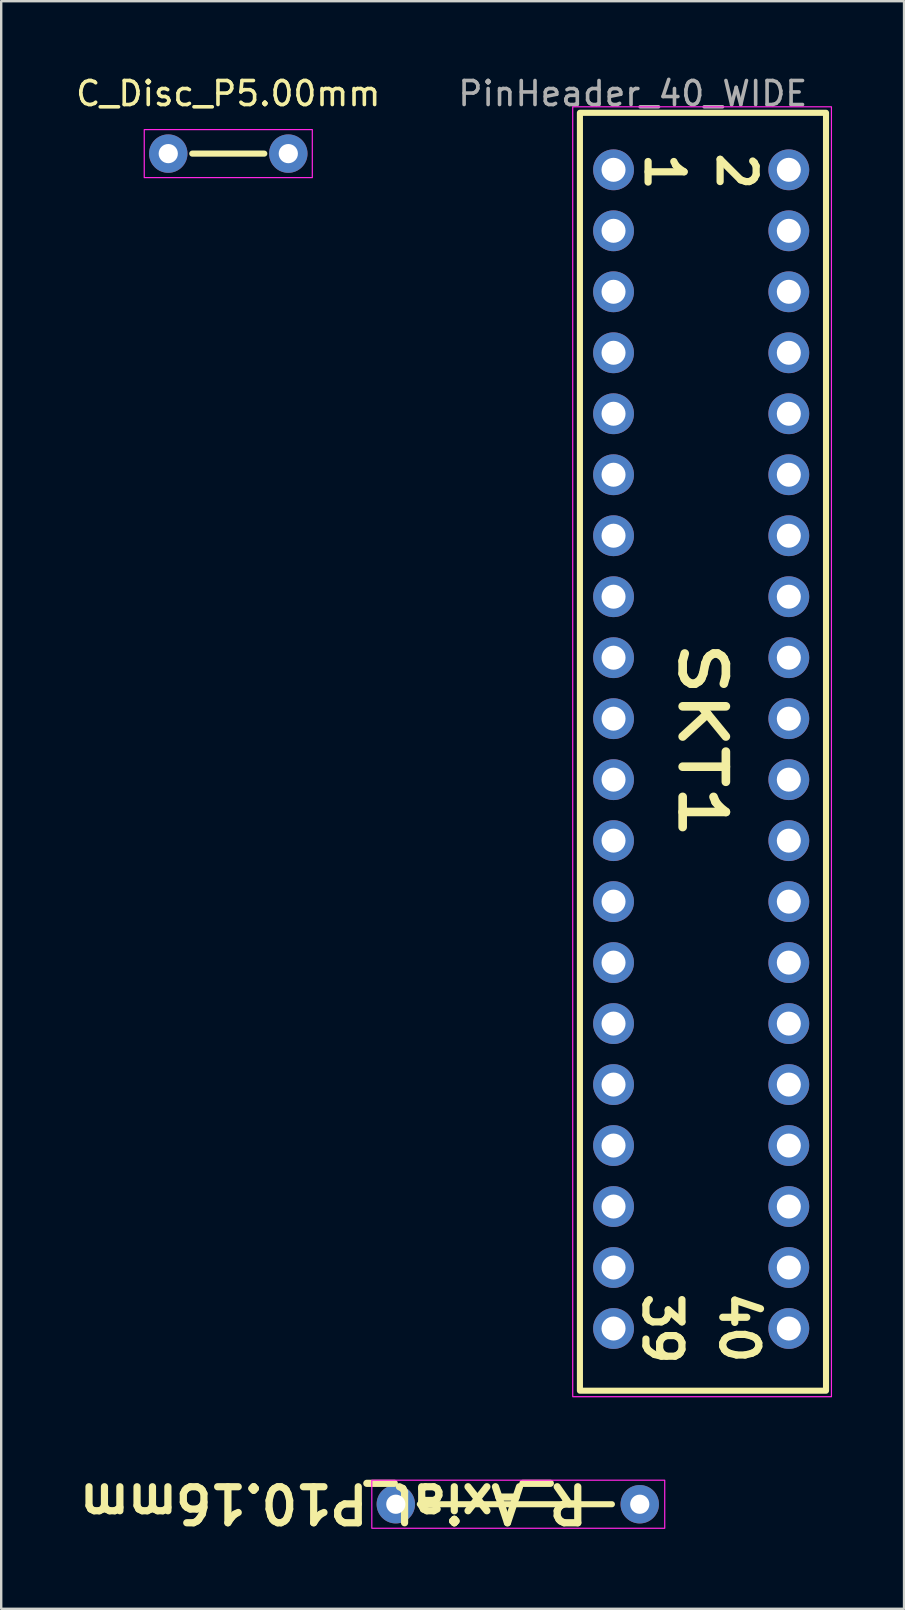
<source format=kicad_pcb>
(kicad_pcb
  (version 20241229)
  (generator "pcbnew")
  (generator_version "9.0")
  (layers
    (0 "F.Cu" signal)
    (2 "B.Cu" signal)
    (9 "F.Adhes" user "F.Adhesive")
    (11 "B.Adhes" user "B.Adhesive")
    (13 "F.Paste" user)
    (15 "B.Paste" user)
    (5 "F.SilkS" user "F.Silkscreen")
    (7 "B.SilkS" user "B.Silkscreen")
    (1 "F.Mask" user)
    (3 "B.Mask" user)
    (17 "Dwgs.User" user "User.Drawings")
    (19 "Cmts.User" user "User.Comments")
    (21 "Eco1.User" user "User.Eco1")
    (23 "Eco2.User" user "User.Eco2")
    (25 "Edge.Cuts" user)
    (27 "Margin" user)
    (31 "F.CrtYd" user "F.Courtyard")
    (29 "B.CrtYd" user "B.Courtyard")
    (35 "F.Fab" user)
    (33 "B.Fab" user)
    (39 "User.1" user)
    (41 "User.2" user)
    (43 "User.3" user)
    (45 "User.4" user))
  (footprint "C_Disc_P5.00mm"
    (layer "F.Cu")
    (at 3.958 3.348)
    (property "Reference" "C_Disc_P5.00mm" (at 2.5 -2.5 0) (layer "F.SilkS") (effects (font (size 1 1) (thickness 0.15))))
    (attr through_hole)
    (fp_line (start 1 0) (end 4 0) (stroke (width 0.254) (type solid)) (layer "F.SilkS"))
    (fp_rect (start -1 -1) (end 6 1) (stroke (width 0.05) (type default)) (fill no) (layer "F.CrtYd"))
    (pad "1" thru_hole circle (at 0 0) (size 1.6 1.6) (drill 0.8) (layers "*.Cu" "*.Mask"))
    (pad "2" thru_hole circle (at 5 0) (size 1.6 1.6) (drill 0.8) (layers "*.Cu" "*.Mask")))
  (footprint "R_Axial_P10.16mm"
    (layer "F.Cu")
    (at 13.436 59.602)
    (property "Reference" "R_Axial_P10.16mm" (at -2.6 -0.05 180) (unlocked yes) (layer "F.SilkS") (effects (font (size 1.5 1.5) (thickness 0.3) (bold yes))))
    (attr through_hole)
    (fp_line (start 9 0) (end 1 0) (stroke (width 0.254) (type solid)) (layer "F.SilkS"))
    (fp_rect (start -1 -1) (end 11.2 1) (stroke (width 0.05) (type default)) (fill no) (layer "F.CrtYd"))
    (pad "1" thru_hole circle (at 0 0) (size 1.6 1.6) (drill 0.8) (layers "*.Cu" "*.Mask"))
    (pad "2" thru_hole oval (at 10.16 0) (size 1.6 1.6) (drill 0.8) (layers "*.Cu" "*.Mask")))
  (footprint "PinHeader_40_WIDE"
    (layer "F.Cu")
    (at 22.504 4.023)
    (property "Reference" "PinHeader_40_WIDE" (at 0.8 -3.175 0) (layer "F.Fab") (effects (font (size 1 1) (thickness 0.15))))
    (attr through_hole)
    (fp_rect (start -1.4 -2.375) (end 8.85 50.85) (stroke (width 0.254) (type default)) (fill no) (layer "F.SilkS"))
    (fp_rect (start -1.7 -2.625) (end 9.075 51.1) (stroke (width 0.05) (type default)) (fill no) (layer "F.CrtYd"))
    (fp_text user "39" (at 1.15 48.27 270) (unlocked yes) (layer "F.SilkS") (effects (font (size 1.5 1.5) (thickness 0.3) (bold yes)) (justify bottom)))
    (fp_text user "1" (at 1.24 -0.83 270) (unlocked yes) (layer "F.SilkS") (effects (font (size 1.5 1.5) (thickness 0.3) (bold yes)) (justify left bottom)))
    (fp_text user "40" (at 4.35 48.22 270) (unlocked yes) (layer "F.SilkS") (effects (font (size 1.5 1.5) (thickness 0.3) (bold yes)) (justify bottom)))
    (fp_text user "SKT1" (at 2.64 19.49 270) (unlocked yes) (layer "F.SilkS") (effects (font (size 1.8 2.2) (thickness 0.36) (bold yes)) (justify left bottom)))
    (fp_text user "2" (at 4.24 -0.85 270) (unlocked yes) (layer "F.SilkS") (effects (font (size 1.5 1.5) (thickness 0.3) (bold yes)) (justify left bottom)))
    (pad "1" thru_hole circle (at 0 0) (size 1.7 1.7) (drill 1) (layers "*.Cu" "*.Mask"))
    (pad "2" thru_hole circle (at 7.3 0) (size 1.7 1.7) (drill 1) (layers "*.Cu" "*.Mask"))
    (pad "3" thru_hole circle (at 0 2.54) (size 1.7 1.7) (drill 1) (layers "*.Cu" "*.Mask"))
    (pad "4" thru_hole circle (at 7.3 2.54) (size 1.7 1.7) (drill 1) (layers "*.Cu" "*.Mask"))
    (pad "5" thru_hole circle (at 0 5.08) (size 1.7 1.7) (drill 1) (layers "*.Cu" "*.Mask"))
    (pad "6" thru_hole circle (at 7.3 5.08) (size 1.7 1.7) (drill 1) (layers "*.Cu" "*.Mask"))
    (pad "7" thru_hole circle (at 0 7.62) (size 1.7 1.7) (drill 1) (layers "*.Cu" "*.Mask"))
    (pad "8" thru_hole circle (at 7.3 7.62) (size 1.7 1.7) (drill 1) (layers "*.Cu" "*.Mask"))
    (pad "9" thru_hole circle (at 0 10.16) (size 1.7 1.7) (drill 1) (layers "*.Cu" "*.Mask"))
    (pad "10" thru_hole circle (at 7.3 10.16) (size 1.7 1.7) (drill 1) (layers "*.Cu" "*.Mask"))
    (pad "11" thru_hole circle (at 0 12.7) (size 1.7 1.7) (drill 1) (layers "*.Cu" "*.Mask"))
    (pad "12" thru_hole circle (at 7.3 12.7) (size 1.7 1.7) (drill 1) (layers "*.Cu" "*.Mask"))
    (pad "13" thru_hole circle (at 0 15.24) (size 1.7 1.7) (drill 1) (layers "*.Cu" "*.Mask"))
    (pad "14" thru_hole circle (at 7.3 15.24) (size 1.7 1.7) (drill 1) (layers "*.Cu" "*.Mask"))
    (pad "15" thru_hole circle (at 0 17.78) (size 1.7 1.7) (drill 1) (layers "*.Cu" "*.Mask"))
    (pad "16" thru_hole circle (at 7.3 17.78) (size 1.7 1.7) (drill 1) (layers "*.Cu" "*.Mask"))
    (pad "17" thru_hole circle (at 0 20.32) (size 1.7 1.7) (drill 1) (layers "*.Cu" "*.Mask"))
    (pad "18" thru_hole circle (at 7.3 20.32) (size 1.7 1.7) (drill 1) (layers "*.Cu" "*.Mask"))
    (pad "19" thru_hole circle (at 0 22.86) (size 1.7 1.7) (drill 1) (layers "*.Cu" "*.Mask"))
    (pad "20" thru_hole circle (at 7.3 22.86) (size 1.7 1.7) (drill 1) (layers "*.Cu" "*.Mask"))
    (pad "21" thru_hole circle (at 0 25.4) (size 1.7 1.7) (drill 1) (layers "*.Cu" "*.Mask"))
    (pad "22" thru_hole circle (at 7.3 25.4) (size 1.7 1.7) (drill 1) (layers "*.Cu" "*.Mask"))
    (pad "23" thru_hole circle (at 0 27.94) (size 1.7 1.7) (drill 1) (layers "*.Cu" "*.Mask"))
    (pad "24" thru_hole circle (at 7.3 27.94) (size 1.7 1.7) (drill 1) (layers "*.Cu" "*.Mask"))
    (pad "25" thru_hole circle (at 0 30.48) (size 1.7 1.7) (drill 1) (layers "*.Cu" "*.Mask"))
    (pad "26" thru_hole circle (at 7.3 30.48) (size 1.7 1.7) (drill 1) (layers "*.Cu" "*.Mask"))
    (pad "27" thru_hole circle (at 0 33.02) (size 1.7 1.7) (drill 1) (layers "*.Cu" "*.Mask"))
    (pad "28" thru_hole circle (at 7.3 33.02) (size 1.7 1.7) (drill 1) (layers "*.Cu" "*.Mask"))
    (pad "29" thru_hole circle (at 0 35.56) (size 1.7 1.7) (drill 1) (layers "*.Cu" "*.Mask"))
    (pad "30" thru_hole circle (at 7.3 35.56) (size 1.7 1.7) (drill 1) (layers "*.Cu" "*.Mask"))
    (pad "31" thru_hole circle (at 0 38.1) (size 1.7 1.7) (drill 1) (layers "*.Cu" "*.Mask"))
    (pad "32" thru_hole circle (at 7.3 38.1) (size 1.7 1.7) (drill 1) (layers "*.Cu" "*.Mask"))
    (pad "33" thru_hole circle (at 0 40.64) (size 1.7 1.7) (drill 1) (layers "*.Cu" "*.Mask"))
    (pad "34" thru_hole circle (at 7.3 40.64) (size 1.7 1.7) (drill 1) (layers "*.Cu" "*.Mask"))
    (pad "35" thru_hole circle (at 0 43.18) (size 1.7 1.7) (drill 1) (layers "*.Cu" "*.Mask"))
    (pad "36" thru_hole circle (at 7.3 43.18) (size 1.7 1.7) (drill 1) (layers "*.Cu" "*.Mask"))
    (pad "37" thru_hole circle (at 0 45.72) (size 1.7 1.7) (drill 1) (layers "*.Cu" "*.Mask"))
    (pad "38" thru_hole circle (at 7.3 45.72) (size 1.7 1.7) (drill 1) (layers "*.Cu" "*.Mask"))
    (pad "39" thru_hole circle (at 0 48.26) (size 1.7 1.7) (drill 1) (layers "*.Cu" "*.Mask"))
    (pad "40" thru_hole circle (at 7.3 48.26) (size 1.7 1.7) (drill 1) (layers "*.Cu" "*.Mask")))
  (gr_rect
    (start -3 -3)
    (end 34.604 63.956)
    (stroke (width 0.1) (type default))
    (fill no)
    (layer "Edge.Cuts")))
</source>
